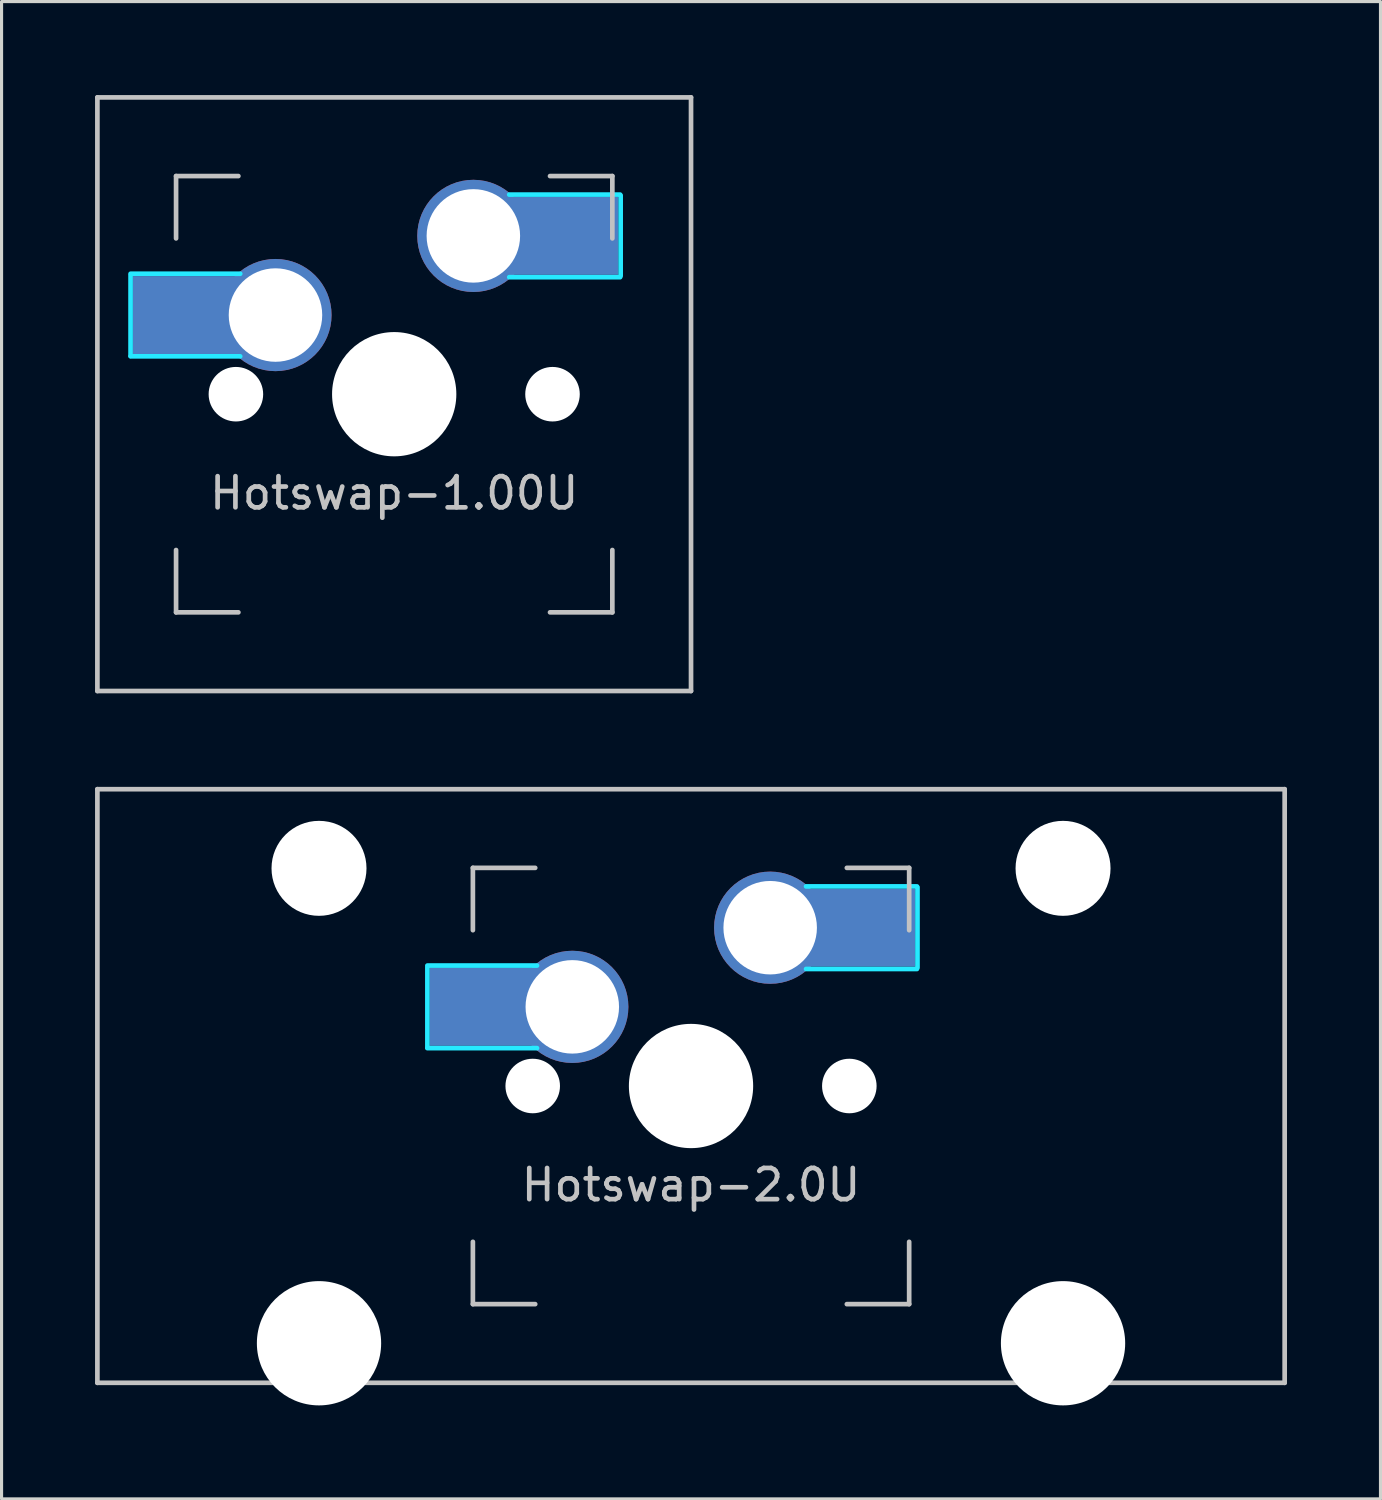
<source format=kicad_pcb>
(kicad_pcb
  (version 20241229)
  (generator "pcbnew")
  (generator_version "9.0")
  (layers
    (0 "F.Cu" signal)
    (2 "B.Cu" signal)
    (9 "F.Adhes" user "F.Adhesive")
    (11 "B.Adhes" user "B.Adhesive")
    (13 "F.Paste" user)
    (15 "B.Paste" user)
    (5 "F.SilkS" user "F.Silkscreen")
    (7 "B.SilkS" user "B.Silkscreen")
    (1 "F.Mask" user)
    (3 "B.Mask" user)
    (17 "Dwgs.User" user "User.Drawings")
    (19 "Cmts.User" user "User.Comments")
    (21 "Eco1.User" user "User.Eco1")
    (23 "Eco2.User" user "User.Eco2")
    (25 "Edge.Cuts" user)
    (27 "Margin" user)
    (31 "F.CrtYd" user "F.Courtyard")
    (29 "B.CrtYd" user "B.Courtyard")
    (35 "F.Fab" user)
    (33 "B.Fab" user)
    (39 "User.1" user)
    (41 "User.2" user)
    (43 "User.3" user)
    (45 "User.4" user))
  (footprint "Hotswap-1.00U"
    (layer "F.Cu")
    (at 9.6 9.6)
    (property "Reference" "Hotswap-1.00U" (at 0 3.175 0) (layer "Dwgs.User") (effects (font (size 1 1) (thickness 0.15))))
    (fp_line (start -9.525 -9.525) (end 9.525 -9.525) (stroke (width 0.15) (type solid)) (layer "Dwgs.User"))
    (fp_line (start -9.525 9.525) (end -9.525 -9.525) (stroke (width 0.15) (type solid)) (layer "Dwgs.User"))
    (fp_line (start -7 -7) (end -7 -5) (stroke (width 0.15) (type solid)) (layer "Dwgs.User"))
    (fp_line (start -7 5) (end -7 7) (stroke (width 0.15) (type solid)) (layer "Dwgs.User"))
    (fp_line (start -7 7) (end -5 7) (stroke (width 0.15) (type solid)) (layer "Dwgs.User"))
    (fp_line (start -5 -7) (end -7 -7) (stroke (width 0.15) (type solid)) (layer "Dwgs.User"))
    (fp_line (start 5 -7) (end 7 -7) (stroke (width 0.15) (type solid)) (layer "Dwgs.User"))
    (fp_line (start 5 7) (end 7 7) (stroke (width 0.15) (type solid)) (layer "Dwgs.User"))
    (fp_line (start 7 -7) (end 7 -5) (stroke (width 0.15) (type solid)) (layer "Dwgs.User"))
    (fp_line (start 7 7) (end 7 5) (stroke (width 0.15) (type solid)) (layer "Dwgs.User"))
    (fp_line (start 9.525 -9.525) (end 9.525 9.525) (stroke (width 0.15) (type solid)) (layer "Dwgs.User"))
    (fp_line (start 9.525 9.525) (end -9.525 9.525) (stroke (width 0.15) (type solid)) (layer "Dwgs.User"))
    (fp_line (start -8.46 -3.81) (end -8.46 -1.23) (stroke (width 0.15) (type solid)) (layer "B.CrtYd"))
    (fp_line (start -4.942 -3.865) (end -8.46 -3.865) (stroke (width 0.15) (type solid)) (layer "B.CrtYd"))
    (fp_line (start -4.942 -1.215) (end -8.46 -1.215) (stroke (width 0.15) (type solid)) (layer "B.CrtYd"))
    (fp_line (start 7.25 -6.405) (end 3.692 -6.405) (stroke (width 0.15) (type solid)) (layer "B.CrtYd"))
    (fp_line (start 7.25 -3.755) (end 3.692 -3.755) (stroke (width 0.15) (type solid)) (layer "B.CrtYd"))
    (fp_line (start 7.267 -6.375) (end 7.267 -3.8) (stroke (width 0.15) (type solid)) (layer "B.CrtYd"))
    (pad "" np_thru_hole circle (at -5.08 0 48.1) (size 1.75 1.75) (drill 1.75) (layers "*.Cu" "*.Mask"))
    (pad "" np_thru_hole circle (at 0 0) (size 3.988 3.988) (drill 3.988) (layers "*.Cu" "*.Mask"))
    (pad "" np_thru_hole circle (at 5.08 0 48.1) (size 1.75 1.75) (drill 1.75) (layers "*.Cu" "*.Mask"))
    (pad "1" thru_hole circle (at 2.54 -5.08) (size 3.6 3.6) (drill 3) (layers "*.Cu" "*.Mask"))
    (pad "1" smd rect (at 5.442 -5.08) (size 3.5 2.5) (layers "B.Cu" "B.Mask" "B.Paste"))
    (pad "2" smd rect (at -6.635 -2.54) (size 3.5 2.5) (layers "B.Cu" "B.Mask" "B.Paste"))
    (pad "2" thru_hole circle (at -3.81 -2.54) (size 3.6 3.6) (drill 3) (layers "*.Cu" "*.Mask")))
  (footprint "Hotswap-2.0U"
    (layer "F.Cu")
    (at 19.125 31.8)
    (property "Reference" "Hotswap-2.0U" (at 0 3.175 0) (layer "Dwgs.User") (effects (font (size 1 1) (thickness 0.15))))
    (fp_line (start -19.05 -9.525) (end 19.05 -9.525) (stroke (width 0.15) (type solid)) (layer "Dwgs.User"))
    (fp_line (start -19.05 9.525) (end -19.05 -9.525) (stroke (width 0.15) (type solid)) (layer "Dwgs.User"))
    (fp_line (start -7 -7) (end -7 -5) (stroke (width 0.15) (type solid)) (layer "Dwgs.User"))
    (fp_line (start -7 5) (end -7 7) (stroke (width 0.15) (type solid)) (layer "Dwgs.User"))
    (fp_line (start -7 7) (end -5 7) (stroke (width 0.15) (type solid)) (layer "Dwgs.User"))
    (fp_line (start -5 -7) (end -7 -7) (stroke (width 0.15) (type solid)) (layer "Dwgs.User"))
    (fp_line (start 5 -7) (end 7 -7) (stroke (width 0.15) (type solid)) (layer "Dwgs.User"))
    (fp_line (start 5 7) (end 7 7) (stroke (width 0.15) (type solid)) (layer "Dwgs.User"))
    (fp_line (start 7 -7) (end 7 -5) (stroke (width 0.15) (type solid)) (layer "Dwgs.User"))
    (fp_line (start 7 7) (end 7 5) (stroke (width 0.15) (type solid)) (layer "Dwgs.User"))
    (fp_line (start 19.05 -9.525) (end 19.05 9.525) (stroke (width 0.15) (type solid)) (layer "Dwgs.User"))
    (fp_line (start 19.05 9.525) (end -19.05 9.525) (stroke (width 0.15) (type solid)) (layer "Dwgs.User"))
    (fp_line (start -8.46 -3.81) (end -8.46 -1.23) (stroke (width 0.15) (type solid)) (layer "B.CrtYd"))
    (fp_line (start -4.942 -3.865) (end -8.46 -3.865) (stroke (width 0.15) (type solid)) (layer "B.CrtYd"))
    (fp_line (start -4.942 -1.215) (end -8.46 -1.215) (stroke (width 0.15) (type solid)) (layer "B.CrtYd"))
    (fp_line (start 7.25 -6.405) (end 3.692 -6.405) (stroke (width 0.15) (type solid)) (layer "B.CrtYd"))
    (fp_line (start 7.25 -3.755) (end 3.692 -3.755) (stroke (width 0.15) (type solid)) (layer "B.CrtYd"))
    (fp_line (start 7.267 -6.375) (end 7.267 -3.8) (stroke (width 0.15) (type solid)) (layer "B.CrtYd"))
    (pad "" np_thru_hole circle (at -11.938 -6.985) (size 3.048 3.048) (drill 3.048) (layers "*.Cu" "*.Mask"))
    (pad "" np_thru_hole circle (at -11.938 8.255) (size 3.988 3.988) (drill 3.988) (layers "*.Cu" "*.Mask"))
    (pad "" np_thru_hole circle (at -5.08 0 48.1) (size 1.75 1.75) (drill 1.75) (layers "*.Cu" "*.Mask"))
    (pad "" np_thru_hole circle (at 0 0) (size 3.988 3.988) (drill 3.988) (layers "*.Cu" "*.Mask"))
    (pad "" np_thru_hole circle (at 5.08 0 48.1) (size 1.75 1.75) (drill 1.75) (layers "*.Cu" "*.Mask"))
    (pad "" np_thru_hole circle (at 11.938 -6.985) (size 3.048 3.048) (drill 3.048) (layers "*.Cu" "*.Mask"))
    (pad "" np_thru_hole circle (at 11.938 8.255) (size 3.988 3.988) (drill 3.988) (layers "*.Cu" "*.Mask"))
    (pad "1" thru_hole circle (at 2.54 -5.08) (size 3.6 3.6) (drill 3) (layers "*.Cu" "*.Mask"))
    (pad "1" smd rect (at 5.442 -5.08) (size 3.5 2.5) (layers "B.Cu" "B.Mask" "B.Paste"))
    (pad "2" smd rect (at -6.635 -2.54) (size 3.5 2.5) (layers "B.Cu" "B.Mask" "B.Paste"))
    (pad "2" thru_hole circle (at -3.81 -2.54) (size 3.6 3.6) (drill 3) (layers "*.Cu" "*.Mask")))
  (gr_rect
    (start -3 -3)
    (end 41.25 45.049)
    (stroke (width 0.1) (type default))
    (fill no)
    (layer "Edge.Cuts")))
</source>
